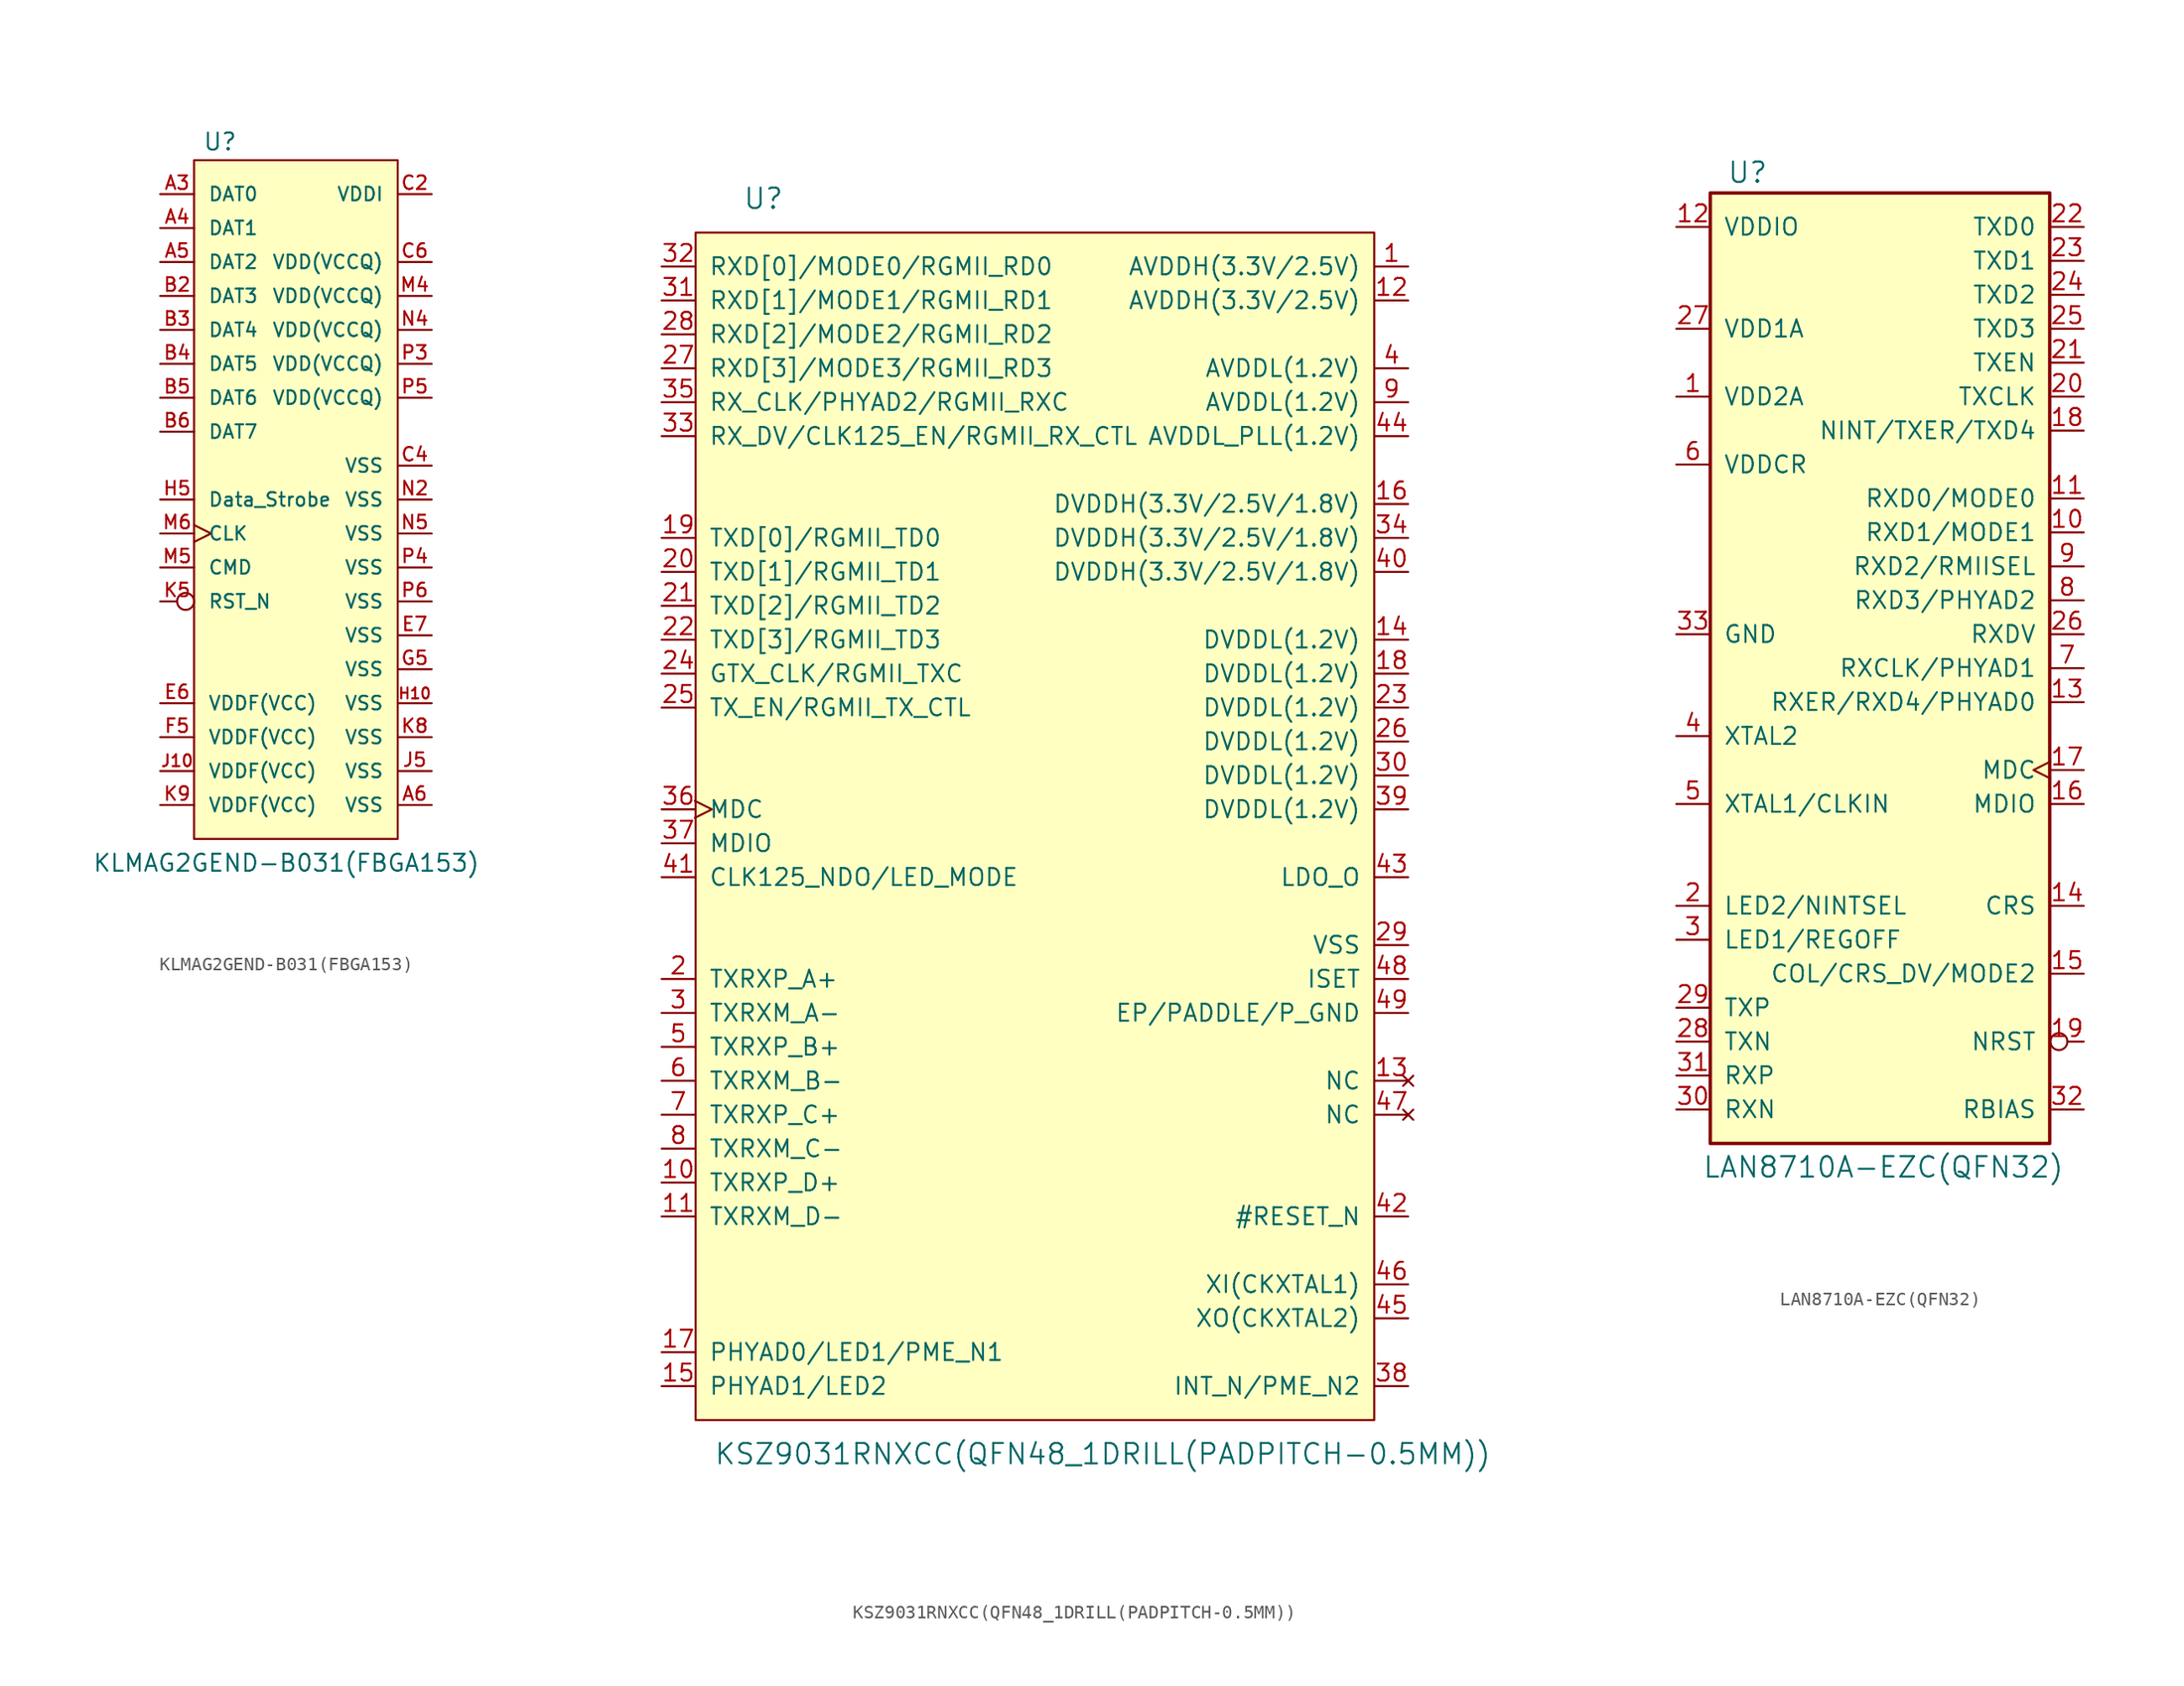
<source format=kicad_sym>
(kicad_symbol_lib
  (version 20220914)
  (generator kicad_symbol_editor)
  (symbol "KLMAG2GEND-B031(FBGA153)"
    (pin_names
      (offset 1.016))
    (property "Reference" "U"
      (at -6.985 26.035 0)
      (effects (font (size 1.27 1.27)) (justify left bottom)))
    (property "Value" "KLMAG2GEND-B031(FBGA153)"
      (at -15.24 -27.94 0)
      (effects (font (size 1.27 1.27)) (justify left bottom)))
    (property "Datasheet" ""
      (at 0 -7.62 0)
      (effects (font (size 1.524 1.524))))
    (symbol "KLMAG2GEND-B031(FBGA153)_1_0"
      (rectangle (start -7.62 25.4) (end 7.62 -25.4) (stroke (width 0) (type solid)) (fill (type background))))
    (symbol "KLMAG2GEND-B031(FBGA153)_1_1"
      (pin bidirectional line (at -10.16 22.86 0) (length 2.54) (name "DAT0" (effects (font (size 1.016 1.016)))) (number "A3" (effects (font (size 1.016 1.016)))))
      (pin bidirectional line (at -10.16 20.32 0) (length 2.54) (name "DAT1" (effects (font (size 1.016 1.016)))) (number "A4" (effects (font (size 1.016 1.016)))))
      (pin bidirectional line (at -10.16 17.78 0) (length 2.54) (name "DAT2" (effects (font (size 1.016 1.016)))) (number "A5" (effects (font (size 1.016 1.016)))))
      (pin power_in line (at 10.16 -22.86 180) (length 2.54) (name "VSS" (effects (font (size 1.016 1.016)))) (number "A6" (effects (font (size 1.016 1.016)))))
      (pin bidirectional line (at -10.16 15.24 0) (length 2.54) (name "DAT3" (effects (font (size 1.016 1.016)))) (number "B2" (effects (font (size 1.016 1.016)))))
      (pin bidirectional line (at -10.16 12.7 0) (length 2.54) (name "DAT4" (effects (font (size 1.016 1.016)))) (number "B3" (effects (font (size 1.016 1.016)))))
      (pin bidirectional line (at -10.16 10.16 0) (length 2.54) (name "DAT5" (effects (font (size 1.016 1.016)))) (number "B4" (effects (font (size 1.016 1.016)))))
      (pin bidirectional line (at -10.16 7.62 0) (length 2.54) (name "DAT6" (effects (font (size 1.016 1.016)))) (number "B5" (effects (font (size 1.016 1.016)))))
      (pin bidirectional line (at -10.16 5.08 0) (length 2.54) (name "DAT7" (effects (font (size 1.016 1.016)))) (number "B6" (effects (font (size 1.016 1.016)))))
      (pin power_out line (at 10.16 22.86 180) (length 2.54) (name "VDDI" (effects (font (size 1.016 1.016)))) (number "C2" (effects (font (size 1.016 1.016)))))
      (pin power_in line (at 10.16 2.54 180) (length 2.54) (name "VSS" (effects (font (size 1.016 1.016)))) (number "C4" (effects (font (size 1.016 1.016)))))
      (pin power_in line (at 10.16 17.78 180) (length 2.54) (name "VDD(VCCQ)" (effects (font (size 1.016 1.016)))) (number "C6" (effects (font (size 1.016 1.016)))))
      (pin power_in line (at -10.16 -15.24 0) (length 2.54) (name "VDDF(VCC)" (effects (font (size 1.016 1.016)))) (number "E6" (effects (font (size 1.016 1.016)))))
      (pin power_in line (at 10.16 -10.16 180) (length 2.54) (name "VSS" (effects (font (size 1.016 1.016)))) (number "E7" (effects (font (size 1.016 1.016)))))
      (pin power_in line (at -10.16 -17.78 0) (length 2.54) (name "VDDF(VCC)" (effects (font (size 1.016 1.016)))) (number "F5" (effects (font (size 1.016 1.016)))))
      (pin power_in line (at 10.16 -12.7 180) (length 2.54) (name "VSS" (effects (font (size 1.016 1.016)))) (number "G5" (effects (font (size 1.016 1.016)))))
      (pin power_in line (at 10.16 -15.24 180) (length 2.54) (name "VSS" (effects (font (size 1.016 1.016)))) (number "H10" (effects (font (size 0.813 0.813)))))
      (pin output line (at -10.16 0 0) (length 2.54) (name "Data_Strobe" (effects (font (size 1.016 1.016)))) (number "H5" (effects (font (size 1.016 1.016)))))
      (pin power_in line (at -10.16 -20.32 0) (length 2.54) (name "VDDF(VCC)" (effects (font (size 1.016 1.016)))) (number "J10" (effects (font (size 0.889 0.889)))))
      (pin power_in line (at 10.16 -20.32 180) (length 2.54) (name "VSS" (effects (font (size 1.016 1.016)))) (number "J5" (effects (font (size 1.016 1.016)))))
      (pin input inverted (at -10.16 -7.62 0) (length 2.54) (name "RST_N" (effects (font (size 1.016 1.016)))) (number "K5" (effects (font (size 1.016 1.016)))))
      (pin power_in line (at 10.16 -17.78 180) (length 2.54) (name "VSS" (effects (font (size 1.016 1.016)))) (number "K8" (effects (font (size 1.016 1.016)))))
      (pin power_in line (at -10.16 -22.86 0) (length 2.54) (name "VDDF(VCC)" (effects (font (size 1.016 1.016)))) (number "K9" (effects (font (size 1.016 1.016)))))
      (pin power_in line (at 10.16 15.24 180) (length 2.54) (name "VDD(VCCQ)" (effects (font (size 1.016 1.016)))) (number "M4" (effects (font (size 1.016 1.016)))))
      (pin bidirectional line (at -10.16 -5.08 0) (length 2.54) (name "CMD" (effects (font (size 1.016 1.016)))) (number "M5" (effects (font (size 1.016 1.016)))))
      (pin input clock (at -10.16 -2.54 0) (length 2.54) (name "CLK" (effects (font (size 1.016 1.016)))) (number "M6" (effects (font (size 1.016 1.016)))))
      (pin power_in line (at 10.16 0 180) (length 2.54) (name "VSS" (effects (font (size 1.016 1.016)))) (number "N2" (effects (font (size 1.016 1.016)))))
      (pin power_in line (at 10.16 12.7 180) (length 2.54) (name "VDD(VCCQ)" (effects (font (size 1.016 1.016)))) (number "N4" (effects (font (size 1.016 1.016)))))
      (pin power_in line (at 10.16 -2.54 180) (length 2.54) (name "VSS" (effects (font (size 1.016 1.016)))) (number "N5" (effects (font (size 1.016 1.016)))))
      (pin power_in line (at 10.16 10.16 180) (length 2.54) (name "VDD(VCCQ)" (effects (font (size 1.016 1.016)))) (number "P3" (effects (font (size 1.016 1.016)))))
      (pin power_in line (at 10.16 -5.08 180) (length 2.54) (name "VSS" (effects (font (size 1.016 1.016)))) (number "P4" (effects (font (size 1.016 1.016)))))
      (pin power_in line (at 10.16 7.62 180) (length 2.54) (name "VDD(VCCQ)" (effects (font (size 1.016 1.016)))) (number "P5" (effects (font (size 1.016 1.016)))))
      (pin power_in line (at 10.16 -7.62 180) (length 2.54) (name "VSS" (effects (font (size 1.016 1.016)))) (number "P6" (effects (font (size 1.016 1.016)))))))
  (symbol "KSZ9031RNXCC(QFN48_1DRILL(PADPITCH-0.5MM))"
    (pin_names
      (offset 1.016))
    (property "Reference" "U"
      (at -20.32 45.72 0)
      (effects (font (size 1.524 1.524))))
    (property "Value" "KSZ9031RNXCC(QFN48_1DRILL(PADPITCH-0.5MM))"
      (at 5.08 -48.26 0)
      (effects (font (size 1.524 1.524))))
    (symbol "KSZ9031RNXCC(QFN48_1DRILL(PADPITCH-0.5MM))_0_1"
      (rectangle (start -25.4 -45.72) (end 25.4 43.18) (stroke (width 0) (type solid)) (fill (type background))))
    (symbol "KSZ9031RNXCC(QFN48_1DRILL(PADPITCH-0.5MM))_1_1"
      (pin power_in line (at 27.94 40.64 180) (length 2.489) (name "AVDDH(3.3V/2.5V)" (effects (font (size 1.27 1.27)))) (number "1" (effects (font (size 1.27 1.27)))))
      (pin bidirectional line (at -27.94 -27.94 0) (length 2.489) (name "TXRXP_D+" (effects (font (size 1.27 1.27)))) (number "10" (effects (font (size 1.27 1.27)))))
      (pin bidirectional line (at -27.94 -30.48 0) (length 2.489) (name "TXRXM_D-" (effects (font (size 1.27 1.27)))) (number "11" (effects (font (size 1.27 1.27)))))
      (pin power_in line (at 27.94 38.1 180) (length 2.489) (name "AVDDH(3.3V/2.5V)" (effects (font (size 1.27 1.27)))) (number "12" (effects (font (size 1.27 1.27)))))
      (pin no_connect line (at 27.94 -20.32 180) (length 2.489) (name "NC" (effects (font (size 1.27 1.27)))) (number "13" (effects (font (size 1.27 1.27)))))
      (pin power_in line (at 27.94 12.7 180) (length 2.489) (name "DVDDL(1.2V)" (effects (font (size 1.27 1.27)))) (number "14" (effects (font (size 1.27 1.27)))))
      (pin bidirectional line (at -27.94 -43.18 0) (length 2.489) (name "PHYAD1/LED2" (effects (font (size 1.27 1.27)))) (number "15" (effects (font (size 1.27 1.27)))))
      (pin power_in line (at 27.94 22.86 180) (length 2.489) (name "DVDDH(3.3V/2.5V/1.8V)" (effects (font (size 1.27 1.27)))) (number "16" (effects (font (size 1.27 1.27)))))
      (pin bidirectional line (at -27.94 -40.64 0) (length 2.489) (name "PHYAD0/LED1/PME_N1" (effects (font (size 1.27 1.27)))) (number "17" (effects (font (size 1.27 1.27)))))
      (pin power_in line (at 27.94 10.16 180) (length 2.489) (name "DVDDL(1.2V)" (effects (font (size 1.27 1.27)))) (number "18" (effects (font (size 1.27 1.27)))))
      (pin input line (at -27.94 20.32 0) (length 2.489) (name "TXD[0]/RGMII_TD0" (effects (font (size 1.27 1.27)))) (number "19" (effects (font (size 1.27 1.27)))))
      (pin bidirectional line (at -27.94 -12.7 0) (length 2.489) (name "TXRXP_A+" (effects (font (size 1.27 1.27)))) (number "2" (effects (font (size 1.27 1.27)))))
      (pin input line (at -27.94 17.78 0) (length 2.489) (name "TXD[1]/RGMII_TD1" (effects (font (size 1.27 1.27)))) (number "20" (effects (font (size 1.27 1.27)))))
      (pin input line (at -27.94 15.24 0) (length 2.489) (name "TXD[2]/RGMII_TD2" (effects (font (size 1.27 1.27)))) (number "21" (effects (font (size 1.27 1.27)))))
      (pin input line (at -27.94 12.7 0) (length 2.489) (name "TXD[3]/RGMII_TD3" (effects (font (size 1.27 1.27)))) (number "22" (effects (font (size 1.27 1.27)))))
      (pin power_in line (at 27.94 7.62 180) (length 2.489) (name "DVDDL(1.2V)" (effects (font (size 1.27 1.27)))) (number "23" (effects (font (size 1.27 1.27)))))
      (pin input line (at -27.94 10.16 0) (length 2.489) (name "GTX_CLK/RGMII_TXC" (effects (font (size 1.27 1.27)))) (number "24" (effects (font (size 1.27 1.27)))))
      (pin input line (at -27.94 7.62 0) (length 2.489) (name "TX_EN/RGMII_TX_CTL" (effects (font (size 1.27 1.27)))) (number "25" (effects (font (size 1.27 1.27)))))
      (pin power_in line (at 27.94 5.08 180) (length 2.489) (name "DVDDL(1.2V)" (effects (font (size 1.27 1.27)))) (number "26" (effects (font (size 1.27 1.27)))))
      (pin bidirectional line (at -27.94 33.02 0) (length 2.489) (name "RXD[3]/MODE3/RGMII_RD3" (effects (font (size 1.27 1.27)))) (number "27" (effects (font (size 1.27 1.27)))))
      (pin bidirectional line (at -27.94 35.56 0) (length 2.489) (name "RXD[2]/MODE2/RGMII_RD2" (effects (font (size 1.27 1.27)))) (number "28" (effects (font (size 1.27 1.27)))))
      (pin power_in line (at 27.94 -10.16 180) (length 2.489) (name "VSS" (effects (font (size 1.27 1.27)))) (number "29" (effects (font (size 1.27 1.27)))))
      (pin bidirectional line (at -27.94 -15.24 0) (length 2.489) (name "TXRXM_A-" (effects (font (size 1.27 1.27)))) (number "3" (effects (font (size 1.27 1.27)))))
      (pin power_in line (at 27.94 2.54 180) (length 2.489) (name "DVDDL(1.2V)" (effects (font (size 1.27 1.27)))) (number "30" (effects (font (size 1.27 1.27)))))
      (pin bidirectional line (at -27.94 38.1 0) (length 2.489) (name "RXD[1]/MODE1/RGMII_RD1" (effects (font (size 1.27 1.27)))) (number "31" (effects (font (size 1.27 1.27)))))
      (pin bidirectional line (at -27.94 40.64 0) (length 2.489) (name "RXD[0]/MODE0/RGMII_RD0" (effects (font (size 1.27 1.27)))) (number "32" (effects (font (size 1.27 1.27)))))
      (pin bidirectional line (at -27.94 27.94 0) (length 2.489) (name "RX_DV/CLK125_EN/RGMII_RX_CTL" (effects (font (size 1.27 1.27)))) (number "33" (effects (font (size 1.27 1.27)))))
      (pin power_in line (at 27.94 20.32 180) (length 2.489) (name "DVDDH(3.3V/2.5V/1.8V)" (effects (font (size 1.27 1.27)))) (number "34" (effects (font (size 1.27 1.27)))))
      (pin bidirectional line (at -27.94 30.48 0) (length 2.489) (name "RX_CLK/PHYAD2/RGMII_RXC" (effects (font (size 1.27 1.27)))) (number "35" (effects (font (size 1.27 1.27)))))
      (pin input clock (at -27.94 0 0) (length 2.489) (name "MDC" (effects (font (size 1.27 1.27)))) (number "36" (effects (font (size 1.27 1.27)))))
      (pin bidirectional line (at -27.94 -2.54 0) (length 2.489) (name "MDIO" (effects (font (size 1.27 1.27)))) (number "37" (effects (font (size 1.27 1.27)))))
      (pin output line (at 27.94 -43.18 180) (length 2.489) (name "INT_N/PME_N2" (effects (font (size 1.27 1.27)))) (number "38" (effects (font (size 1.27 1.27)))))
      (pin power_in line (at 27.94 0 180) (length 2.489) (name "DVDDL(1.2V)" (effects (font (size 1.27 1.27)))) (number "39" (effects (font (size 1.27 1.27)))))
      (pin power_in line (at 27.94 33.02 180) (length 2.489) (name "AVDDL(1.2V)" (effects (font (size 1.27 1.27)))) (number "4" (effects (font (size 1.27 1.27)))))
      (pin power_in line (at 27.94 17.78 180) (length 2.489) (name "DVDDH(3.3V/2.5V/1.8V)" (effects (font (size 1.27 1.27)))) (number "40" (effects (font (size 1.27 1.27)))))
      (pin bidirectional line (at -27.94 -5.08 0) (length 2.489) (name "CLK125_NDO/LED_MODE" (effects (font (size 1.27 1.27)))) (number "41" (effects (font (size 1.27 1.27)))))
      (pin input line (at 27.94 -30.48 180) (length 2.489) (name "#RESET_N" (effects (font (size 1.27 1.27)))) (number "42" (effects (font (size 1.27 1.27)))))
      (pin output line (at 27.94 -5.08 180) (length 2.489) (name "LDO_O" (effects (font (size 1.27 1.27)))) (number "43" (effects (font (size 1.27 1.27)))))
      (pin power_in line (at 27.94 27.94 180) (length 2.489) (name "AVDDL_PLL(1.2V)" (effects (font (size 1.27 1.27)))) (number "44" (effects (font (size 1.27 1.27)))))
      (pin output line (at 27.94 -38.1 180) (length 2.489) (name "XO(CKXTAL2)" (effects (font (size 1.27 1.27)))) (number "45" (effects (font (size 1.27 1.27)))))
      (pin input line (at 27.94 -35.56 180) (length 2.489) (name "XI(CKXTAL1)" (effects (font (size 1.27 1.27)))) (number "46" (effects (font (size 1.27 1.27)))))
      (pin no_connect line (at 27.94 -22.86 180) (length 2.489) (name "NC" (effects (font (size 1.27 1.27)))) (number "47" (effects (font (size 1.27 1.27)))))
      (pin bidirectional line (at 27.94 -12.7 180) (length 2.489) (name "ISET" (effects (font (size 1.27 1.27)))) (number "48" (effects (font (size 1.27 1.27)))))
      (pin power_in line (at 27.94 -15.24 180) (length 2.489) (name "EP/PADDLE/P_GND" (effects (font (size 1.27 1.27)))) (number "49" (effects (font (size 1.27 1.27)))))
      (pin bidirectional line (at -27.94 -17.78 0) (length 2.489) (name "TXRXP_B+" (effects (font (size 1.27 1.27)))) (number "5" (effects (font (size 1.27 1.27)))))
      (pin bidirectional line (at -27.94 -20.32 0) (length 2.489) (name "TXRXM_B-" (effects (font (size 1.27 1.27)))) (number "6" (effects (font (size 1.27 1.27)))))
      (pin bidirectional line (at -27.94 -22.86 0) (length 2.489) (name "TXRXP_C+" (effects (font (size 1.27 1.27)))) (number "7" (effects (font (size 1.27 1.27)))))
      (pin bidirectional line (at -27.94 -25.4 0) (length 2.489) (name "TXRXM_C-" (effects (font (size 1.27 1.27)))) (number "8" (effects (font (size 1.27 1.27)))))
      (pin power_in line (at 27.94 30.48 180) (length 2.489) (name "AVDDL(1.2V)" (effects (font (size 1.27 1.27)))) (number "9" (effects (font (size 1.27 1.27)))))))
  (symbol "LAN8710A-EZC(QFN32)"
    (pin_names
      (offset 1.016))
    (property "Reference" "U"
      (at -9.906 37.084 0)
      (effects (font (size 1.524 1.524))))
    (property "Value" "LAN8710A-EZC(QFN32)"
      (at 0.254 -37.338 0)
      (effects (font (size 1.524 1.524))))
    (symbol "LAN8710A-EZC(QFN32)_0_1"
      (rectangle (start -12.7 35.56) (end 12.7 -35.56) (stroke (width 0.254) (type solid)) (fill (type background))))
    (symbol "LAN8710A-EZC(QFN32)_1_1"
      (pin power_in line (at -15.24 20.32 0) (length 2.489) (name "VDD2A" (effects (font (size 1.27 1.27)))) (number "1" (effects (font (size 1.27 1.27)))))
      (pin bidirectional line (at 15.24 10.16 180) (length 2.489) (name "RXD1/MODE1" (effects (font (size 1.27 1.27)))) (number "10" (effects (font (size 1.27 1.27)))))
      (pin bidirectional line (at 15.24 12.7 180) (length 2.489) (name "RXD0/MODE0" (effects (font (size 1.27 1.27)))) (number "11" (effects (font (size 1.27 1.27)))))
      (pin power_in line (at -15.24 33.02 0) (length 2.489) (name "VDDIO" (effects (font (size 1.27 1.27)))) (number "12" (effects (font (size 1.27 1.27)))))
      (pin bidirectional line (at 15.24 -2.54 180) (length 2.489) (name "RXER/RXD4/PHYAD0" (effects (font (size 1.27 1.27)))) (number "13" (effects (font (size 1.27 1.27)))))
      (pin output line (at 15.24 -17.78 180) (length 2.489) (name "CRS" (effects (font (size 1.27 1.27)))) (number "14" (effects (font (size 1.27 1.27)))))
      (pin bidirectional line (at 15.24 -22.86 180) (length 2.489) (name "COL/CRS_DV/MODE2" (effects (font (size 1.27 1.27)))) (number "15" (effects (font (size 1.27 1.27)))))
      (pin bidirectional line (at 15.24 -10.16 180) (length 2.489) (name "MDIO" (effects (font (size 1.27 1.27)))) (number "16" (effects (font (size 1.27 1.27)))))
      (pin input clock (at 15.24 -7.62 180) (length 2.489) (name "MDC" (effects (font (size 1.27 1.27)))) (number "17" (effects (font (size 1.27 1.27)))))
      (pin bidirectional line (at 15.24 17.78 180) (length 2.489) (name "NINT/TXER/TXD4" (effects (font (size 1.27 1.27)))) (number "18" (effects (font (size 1.27 1.27)))))
      (pin input inverted (at 15.24 -27.94 180) (length 2.489) (name "NRST" (effects (font (size 1.27 1.27)))) (number "19" (effects (font (size 1.27 1.27)))))
      (pin bidirectional line (at -15.24 -17.78 0) (length 2.489) (name "LED2/NINTSEL" (effects (font (size 1.27 1.27)))) (number "2" (effects (font (size 1.27 1.27)))))
      (pin output line (at 15.24 20.32 180) (length 2.489) (name "TXCLK" (effects (font (size 1.27 1.27)))) (number "20" (effects (font (size 1.27 1.27)))))
      (pin input line (at 15.24 22.86 180) (length 2.489) (name "TXEN" (effects (font (size 1.27 1.27)))) (number "21" (effects (font (size 1.27 1.27)))))
      (pin input line (at 15.24 33.02 180) (length 2.489) (name "TXD0" (effects (font (size 1.27 1.27)))) (number "22" (effects (font (size 1.27 1.27)))))
      (pin input line (at 15.24 30.48 180) (length 2.489) (name "TXD1" (effects (font (size 1.27 1.27)))) (number "23" (effects (font (size 1.27 1.27)))))
      (pin input line (at 15.24 27.94 180) (length 2.489) (name "TXD2" (effects (font (size 1.27 1.27)))) (number "24" (effects (font (size 1.27 1.27)))))
      (pin input line (at 15.24 25.4 180) (length 2.489) (name "TXD3" (effects (font (size 1.27 1.27)))) (number "25" (effects (font (size 1.27 1.27)))))
      (pin output line (at 15.24 2.54 180) (length 2.489) (name "RXDV" (effects (font (size 1.27 1.27)))) (number "26" (effects (font (size 1.27 1.27)))))
      (pin power_in line (at -15.24 25.4 0) (length 2.489) (name "VDD1A" (effects (font (size 1.27 1.27)))) (number "27" (effects (font (size 1.27 1.27)))))
      (pin output line (at -15.24 -27.94 0) (length 2.489) (name "TXN" (effects (font (size 1.27 1.27)))) (number "28" (effects (font (size 1.27 1.27)))))
      (pin output line (at -15.24 -25.4 0) (length 2.489) (name "TXP" (effects (font (size 1.27 1.27)))) (number "29" (effects (font (size 1.27 1.27)))))
      (pin bidirectional line (at -15.24 -20.32 0) (length 2.489) (name "LED1/REGOFF" (effects (font (size 1.27 1.27)))) (number "3" (effects (font (size 1.27 1.27)))))
      (pin input line (at -15.24 -33.02 0) (length 2.489) (name "RXN" (effects (font (size 1.27 1.27)))) (number "30" (effects (font (size 1.27 1.27)))))
      (pin input line (at -15.24 -30.48 0) (length 2.489) (name "RXP" (effects (font (size 1.27 1.27)))) (number "31" (effects (font (size 1.27 1.27)))))
      (pin input line (at 15.24 -33.02 180) (length 2.489) (name "RBIAS" (effects (font (size 1.27 1.27)))) (number "32" (effects (font (size 1.27 1.27)))))
      (pin power_in line (at -15.24 2.54 0) (length 2.489) (name "GND" (effects (font (size 1.27 1.27)))) (number "33" (effects (font (size 1.27 1.27)))))
      (pin output line (at -15.24 -5.08 0) (length 2.489) (name "XTAL2" (effects (font (size 1.27 1.27)))) (number "4" (effects (font (size 1.27 1.27)))))
      (pin input line (at -15.24 -10.16 0) (length 2.489) (name "XTAL1/CLKIN" (effects (font (size 1.27 1.27)))) (number "5" (effects (font (size 1.27 1.27)))))
      (pin power_in line (at -15.24 15.24 0) (length 2.489) (name "VDDCR" (effects (font (size 1.27 1.27)))) (number "6" (effects (font (size 1.27 1.27)))))
      (pin bidirectional line (at 15.24 0 180) (length 2.489) (name "RXCLK/PHYAD1" (effects (font (size 1.27 1.27)))) (number "7" (effects (font (size 1.27 1.27)))))
      (pin bidirectional line (at 15.24 5.08 180) (length 2.489) (name "RXD3/PHYAD2" (effects (font (size 1.27 1.27)))) (number "8" (effects (font (size 1.27 1.27)))))
      (pin bidirectional line (at 15.24 7.62 180) (length 2.489) (name "RXD2/RMIISEL" (effects (font (size 1.27 1.27)))) (number "9" (effects (font (size 1.27 1.27))))))))
</source>
